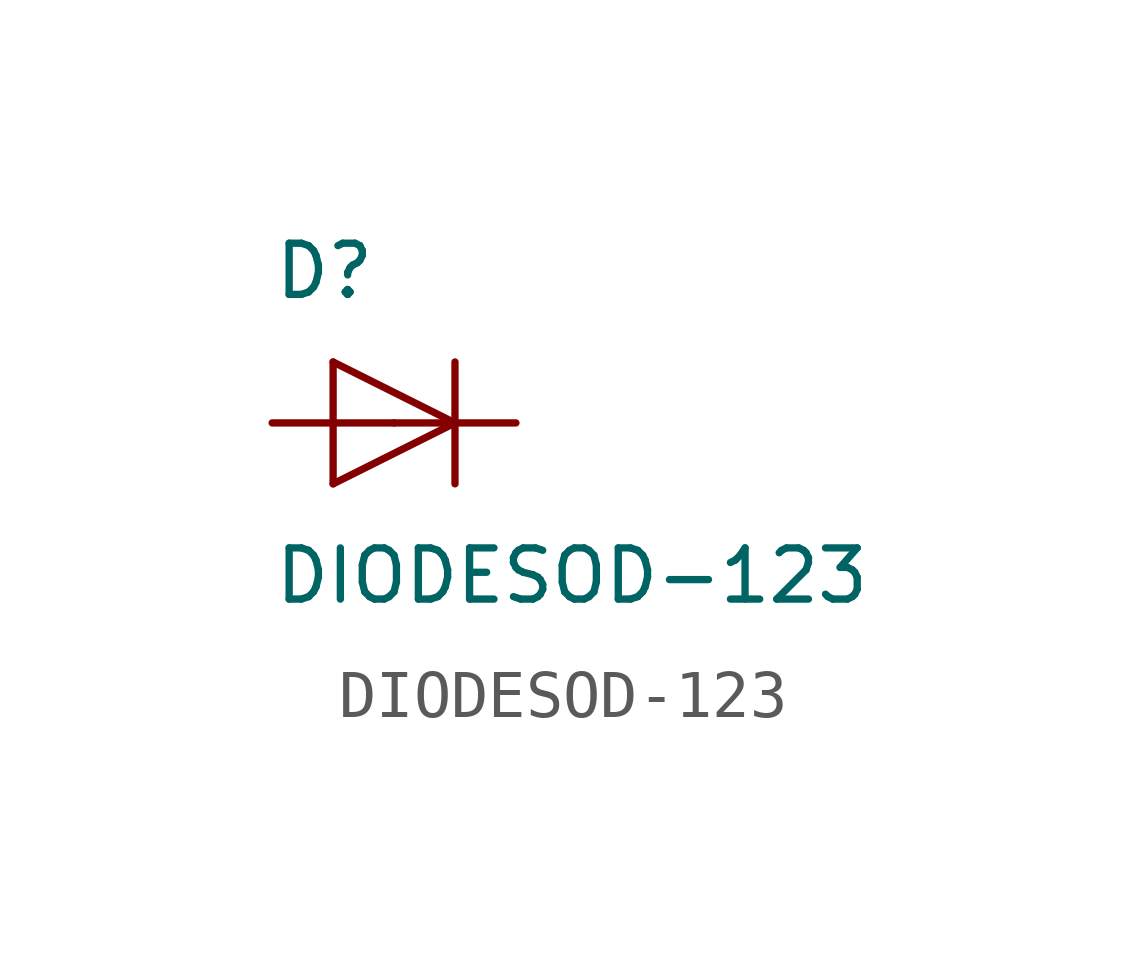
<source format=kicad_sym>
(kicad_symbol_lib
  (version 20211014)
  (generator kicad_symbol_editor)
  (symbol "DIODESOD-123"
    (pin_names
      (offset 1.016))
    (property "Reference" "D"
      (at -2.54 2.54 0)
      (effects (font (size 1.067 1.067)) (justify left bottom)))
    (property "Value" "DIODESOD-123"
      (at -2.54 -3.81 0)
      (effects (font (size 1.067 1.067)) (justify left bottom)))
    (property "ki_locked" ""
      (at 0 0 0)
      (effects (font (size 1.27 1.27))))
    (symbol "DIODESOD-123_1_0"
      (polyline (pts (xy -1.27 -1.27) (xy 1.27 0)) (stroke (width 0) (type default) (color 0 0 0 0)) (fill (type none)))
      (polyline (pts (xy -1.27 1.27) (xy -1.27 -1.27)) (stroke (width 0) (type default) (color 0 0 0 0)) (fill (type none)))
      (polyline (pts (xy 1.27 0) (xy -1.27 1.27)) (stroke (width 0) (type default) (color 0 0 0 0)) (fill (type none)))
      (polyline (pts (xy 1.27 0) (xy 1.27 -1.27)) (stroke (width 0) (type default) (color 0 0 0 0)) (fill (type none)))
      (polyline (pts (xy 1.27 1.27) (xy 1.27 0)) (stroke (width 0) (type default) (color 0 0 0 0)) (fill (type none)))
      (pin passive line (at -2.54 0 0) (length 2.54) (name "A" (effects (font (size 0 0)))) (number "A" (effects (font (size 0 0)))))
      (pin passive line (at 2.54 0 180) (length 2.54) (name "C" (effects (font (size 0 0)))) (number "C" (effects (font (size 0 0))))))))
</source>
